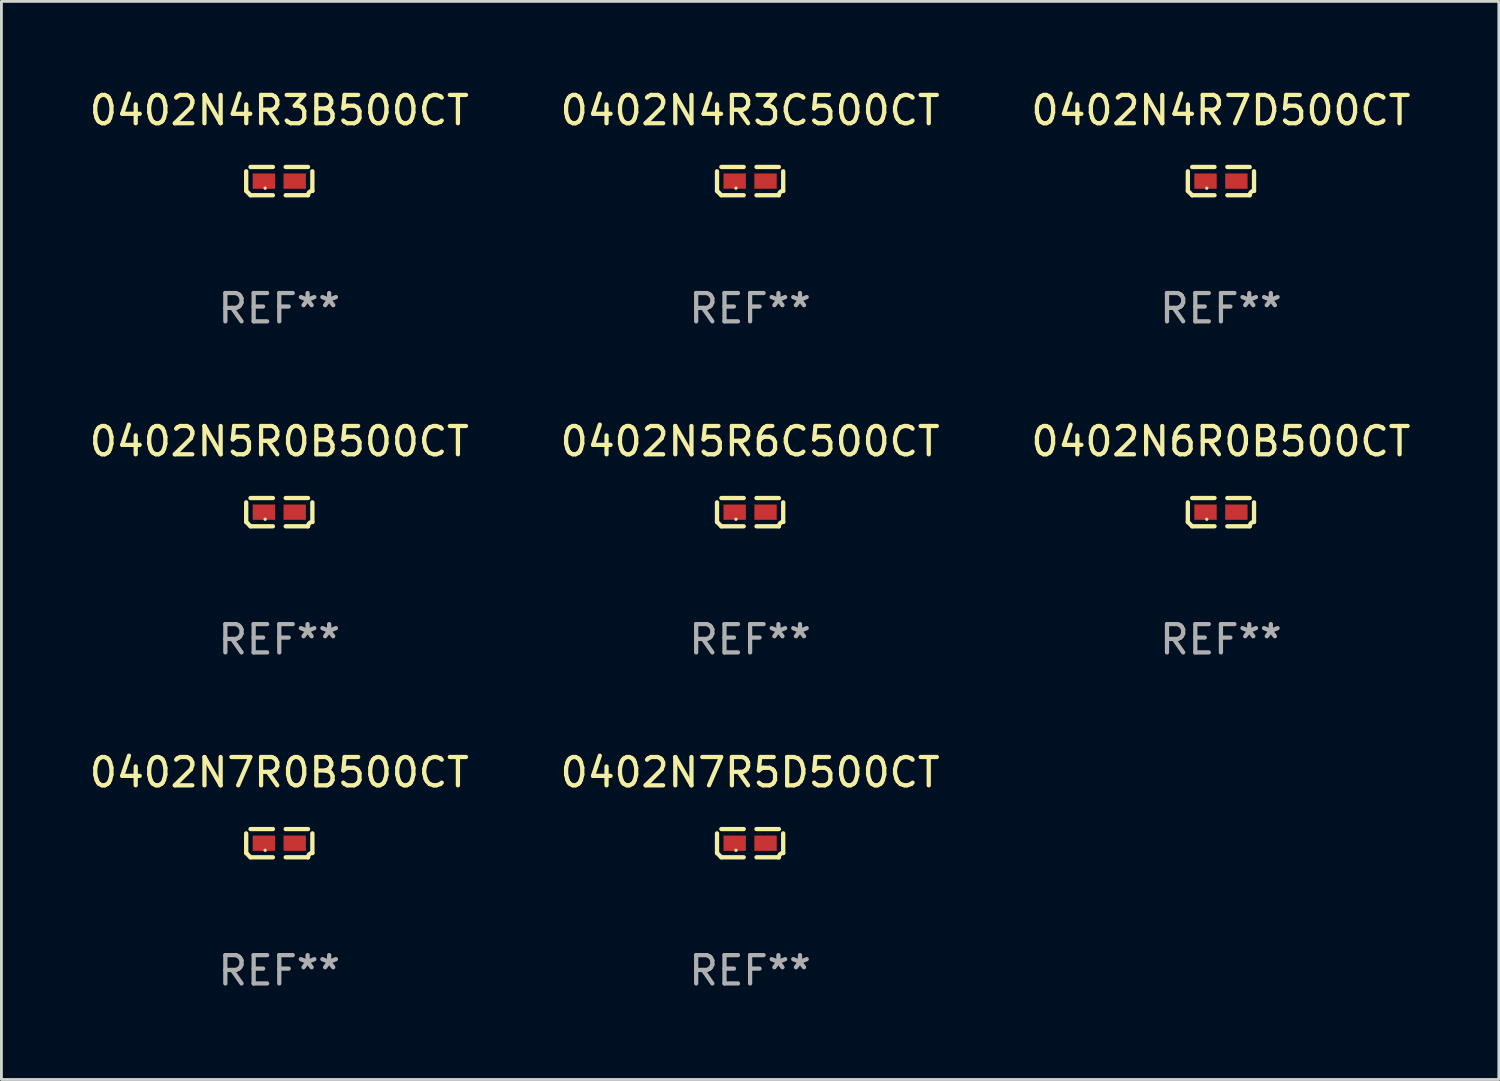
<source format=kicad_pcb>
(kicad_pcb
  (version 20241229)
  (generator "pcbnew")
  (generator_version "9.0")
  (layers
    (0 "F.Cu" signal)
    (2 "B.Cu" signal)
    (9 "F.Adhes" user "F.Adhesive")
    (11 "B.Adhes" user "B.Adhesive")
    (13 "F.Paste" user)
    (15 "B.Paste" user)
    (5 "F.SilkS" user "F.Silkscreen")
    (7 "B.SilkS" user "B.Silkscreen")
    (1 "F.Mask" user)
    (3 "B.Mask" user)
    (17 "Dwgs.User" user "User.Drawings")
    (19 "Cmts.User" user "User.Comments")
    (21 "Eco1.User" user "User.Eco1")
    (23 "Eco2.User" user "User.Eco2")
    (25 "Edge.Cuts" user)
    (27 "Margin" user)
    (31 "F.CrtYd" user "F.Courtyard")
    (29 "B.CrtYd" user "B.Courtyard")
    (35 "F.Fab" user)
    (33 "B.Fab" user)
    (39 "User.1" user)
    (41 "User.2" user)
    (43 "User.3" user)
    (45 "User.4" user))
  (footprint "0402N7R5D500CT"
    (layer "F.Cu")
    (at 23.446 26.734)
    (property "Reference" "0402N7R5D500CT" (at 0 -2.499 0) (layer "F.SilkS") (effects (font (size 1 1) (thickness 0.15))))
    (attr through_hole)
    (fp_line (start -1.169 0.346) (end -1.169 -0.346) (stroke (width 0.152) (type solid)) (layer "F.SilkS"))
    (fp_line (start -1.016 -0.499) (end -0.226 -0.499) (stroke (width 0.152) (type solid)) (layer "F.SilkS"))
    (fp_line (start -0.226 0.499) (end -1.016 0.499) (stroke (width 0.152) (type solid)) (layer "F.SilkS"))
    (fp_line (start 0.226 0.499) (end 1.016 0.499) (stroke (width 0.152) (type solid)) (layer "F.SilkS"))
    (fp_line (start 1.016 -0.499) (end 0.226 -0.499) (stroke (width 0.152) (type solid)) (layer "F.SilkS"))
    (fp_line (start 1.169 0.346) (end 1.169 -0.346) (stroke (width 0.152) (type solid)) (layer "F.SilkS"))
    (fp_arc (start -1.016307 0.498603) (mid -1.092512 0.422405) (end -1.16871 0.3462) (stroke (width 0.1524) (type solid)) (layer "F.SilkS"))
    (fp_arc (start 1.016307 0.498603) (mid 1.060899 0.390758) (end 1.168707 0.346076) (stroke (width 0.1524) (type solid)) (layer "F.SilkS"))
    (fp_circle (center -0.5 0.25) (end -0.47 0.25) (stroke (width 0.06) (type solid)) (fill no) (layer "F.SilkS"))
    (fp_text user "REF**" (at 0 4.499 0) (layer "F.Fab") (effects (font (size 1 1) (thickness 0.15))))
    (pad "1" smd rect (at -0.545 0) (size 0.79 0.54) (layers "F.Cu" "F.Mask" "F.Paste"))
    (pad "2" smd rect (at 0.545 0) (size 0.79 0.54) (layers "F.Cu" "F.Mask" "F.Paste")))
  (footprint "0402N5R0B500CT"
    (layer "F.Cu")
    (at 6.815 15.041)
    (property "Reference" "0402N5R0B500CT" (at 0 -2.499 0) (layer "F.SilkS") (effects (font (size 1 1) (thickness 0.15))))
    (attr through_hole)
    (fp_line (start -1.169 0.346) (end -1.169 -0.346) (stroke (width 0.152) (type solid)) (layer "F.SilkS"))
    (fp_line (start -1.016 -0.499) (end -0.226 -0.499) (stroke (width 0.152) (type solid)) (layer "F.SilkS"))
    (fp_line (start -0.226 0.499) (end -1.016 0.499) (stroke (width 0.152) (type solid)) (layer "F.SilkS"))
    (fp_line (start 0.226 0.499) (end 1.016 0.499) (stroke (width 0.152) (type solid)) (layer "F.SilkS"))
    (fp_line (start 1.016 -0.499) (end 0.226 -0.499) (stroke (width 0.152) (type solid)) (layer "F.SilkS"))
    (fp_line (start 1.169 0.346) (end 1.169 -0.346) (stroke (width 0.152) (type solid)) (layer "F.SilkS"))
    (fp_arc (start -1.016307 0.498603) (mid -1.092512 0.422405) (end -1.16871 0.3462) (stroke (width 0.1524) (type solid)) (layer "F.SilkS"))
    (fp_arc (start 1.016307 0.498603) (mid 1.060899 0.390758) (end 1.168707 0.346076) (stroke (width 0.1524) (type solid)) (layer "F.SilkS"))
    (fp_circle (center -0.5 0.25) (end -0.47 0.25) (stroke (width 0.06) (type solid)) (fill no) (layer "F.SilkS"))
    (fp_text user "REF**" (at 0 4.499 0) (layer "F.Fab") (effects (font (size 1 1) (thickness 0.15))))
    (pad "1" smd rect (at -0.545 0) (size 0.79 0.54) (layers "F.Cu" "F.Mask" "F.Paste"))
    (pad "2" smd rect (at 0.545 0) (size 0.79 0.54) (layers "F.Cu" "F.Mask" "F.Paste")))
  (footprint "0402N5R6C500CT"
    (layer "F.Cu")
    (at 23.446 15.041)
    (property "Reference" "0402N5R6C500CT" (at 0 -2.499 0) (layer "F.SilkS") (effects (font (size 1 1) (thickness 0.15))))
    (attr through_hole)
    (fp_line (start -1.169 0.346) (end -1.169 -0.346) (stroke (width 0.152) (type solid)) (layer "F.SilkS"))
    (fp_line (start -1.016 -0.499) (end -0.226 -0.499) (stroke (width 0.152) (type solid)) (layer "F.SilkS"))
    (fp_line (start -0.226 0.499) (end -1.016 0.499) (stroke (width 0.152) (type solid)) (layer "F.SilkS"))
    (fp_line (start 0.226 0.499) (end 1.016 0.499) (stroke (width 0.152) (type solid)) (layer "F.SilkS"))
    (fp_line (start 1.016 -0.499) (end 0.226 -0.499) (stroke (width 0.152) (type solid)) (layer "F.SilkS"))
    (fp_line (start 1.169 0.346) (end 1.169 -0.346) (stroke (width 0.152) (type solid)) (layer "F.SilkS"))
    (fp_arc (start -1.016307 0.498603) (mid -1.092512 0.422405) (end -1.16871 0.3462) (stroke (width 0.1524) (type solid)) (layer "F.SilkS"))
    (fp_arc (start 1.016307 0.498603) (mid 1.060899 0.390758) (end 1.168707 0.346076) (stroke (width 0.1524) (type solid)) (layer "F.SilkS"))
    (fp_circle (center -0.5 0.25) (end -0.47 0.25) (stroke (width 0.06) (type solid)) (fill no) (layer "F.SilkS"))
    (fp_text user "REF**" (at 0 4.499 0) (layer "F.Fab") (effects (font (size 1 1) (thickness 0.15))))
    (pad "1" smd rect (at -0.545 0) (size 0.79 0.54) (layers "F.Cu" "F.Mask" "F.Paste"))
    (pad "2" smd rect (at 0.545 0) (size 0.79 0.54) (layers "F.Cu" "F.Mask" "F.Paste")))
  (footprint "0402N4R3C500CT"
    (layer "F.Cu")
    (at 23.446 3.347)
    (property "Reference" "0402N4R3C500CT" (at 0 -2.499 0) (layer "F.SilkS") (effects (font (size 1 1) (thickness 0.15))))
    (attr through_hole)
    (fp_line (start -1.169 0.346) (end -1.169 -0.346) (stroke (width 0.152) (type solid)) (layer "F.SilkS"))
    (fp_line (start -1.016 -0.499) (end -0.226 -0.499) (stroke (width 0.152) (type solid)) (layer "F.SilkS"))
    (fp_line (start -0.226 0.499) (end -1.016 0.499) (stroke (width 0.152) (type solid)) (layer "F.SilkS"))
    (fp_line (start 0.226 0.499) (end 1.016 0.499) (stroke (width 0.152) (type solid)) (layer "F.SilkS"))
    (fp_line (start 1.016 -0.499) (end 0.226 -0.499) (stroke (width 0.152) (type solid)) (layer "F.SilkS"))
    (fp_line (start 1.169 0.346) (end 1.169 -0.346) (stroke (width 0.152) (type solid)) (layer "F.SilkS"))
    (fp_arc (start -1.016307 0.498603) (mid -1.092512 0.422405) (end -1.16871 0.3462) (stroke (width 0.1524) (type solid)) (layer "F.SilkS"))
    (fp_arc (start 1.016307 0.498603) (mid 1.060899 0.390758) (end 1.168707 0.346076) (stroke (width 0.1524) (type solid)) (layer "F.SilkS"))
    (fp_circle (center -0.5 0.25) (end -0.47 0.25) (stroke (width 0.06) (type solid)) (fill no) (layer "F.SilkS"))
    (fp_text user "REF**" (at 0 4.499 0) (layer "F.Fab") (effects (font (size 1 1) (thickness 0.15))))
    (pad "1" smd rect (at -0.545 0) (size 0.79 0.54) (layers "F.Cu" "F.Mask" "F.Paste"))
    (pad "2" smd rect (at 0.545 0) (size 0.79 0.54) (layers "F.Cu" "F.Mask" "F.Paste")))
  (footprint "0402N6R0B500CT"
    (layer "F.Cu")
    (at 40.077 15.041)
    (property "Reference" "0402N6R0B500CT" (at 0 -2.499 0) (layer "F.SilkS") (effects (font (size 1 1) (thickness 0.15))))
    (attr through_hole)
    (fp_line (start -1.169 0.346) (end -1.169 -0.346) (stroke (width 0.152) (type solid)) (layer "F.SilkS"))
    (fp_line (start -1.016 -0.499) (end -0.226 -0.499) (stroke (width 0.152) (type solid)) (layer "F.SilkS"))
    (fp_line (start -0.226 0.499) (end -1.016 0.499) (stroke (width 0.152) (type solid)) (layer "F.SilkS"))
    (fp_line (start 0.226 0.499) (end 1.016 0.499) (stroke (width 0.152) (type solid)) (layer "F.SilkS"))
    (fp_line (start 1.016 -0.499) (end 0.226 -0.499) (stroke (width 0.152) (type solid)) (layer "F.SilkS"))
    (fp_line (start 1.169 0.346) (end 1.169 -0.346) (stroke (width 0.152) (type solid)) (layer "F.SilkS"))
    (fp_arc (start -1.016307 0.498603) (mid -1.092512 0.422405) (end -1.16871 0.3462) (stroke (width 0.1524) (type solid)) (layer "F.SilkS"))
    (fp_arc (start 1.016307 0.498603) (mid 1.060899 0.390758) (end 1.168707 0.346076) (stroke (width 0.1524) (type solid)) (layer "F.SilkS"))
    (fp_circle (center -0.5 0.25) (end -0.47 0.25) (stroke (width 0.06) (type solid)) (fill no) (layer "F.SilkS"))
    (fp_text user "REF**" (at 0 4.499 0) (layer "F.Fab") (effects (font (size 1 1) (thickness 0.15))))
    (pad "1" smd rect (at -0.545 0) (size 0.79 0.54) (layers "F.Cu" "F.Mask" "F.Paste"))
    (pad "2" smd rect (at 0.545 0) (size 0.79 0.54) (layers "F.Cu" "F.Mask" "F.Paste")))
  (footprint "0402N4R3B500CT"
    (layer "F.Cu")
    (at 6.815 3.347)
    (property "Reference" "0402N4R3B500CT" (at 0 -2.499 0) (layer "F.SilkS") (effects (font (size 1 1) (thickness 0.15))))
    (attr through_hole)
    (fp_line (start -1.169 0.346) (end -1.169 -0.346) (stroke (width 0.152) (type solid)) (layer "F.SilkS"))
    (fp_line (start -1.016 -0.499) (end -0.226 -0.499) (stroke (width 0.152) (type solid)) (layer "F.SilkS"))
    (fp_line (start -0.226 0.499) (end -1.016 0.499) (stroke (width 0.152) (type solid)) (layer "F.SilkS"))
    (fp_line (start 0.226 0.499) (end 1.016 0.499) (stroke (width 0.152) (type solid)) (layer "F.SilkS"))
    (fp_line (start 1.016 -0.499) (end 0.226 -0.499) (stroke (width 0.152) (type solid)) (layer "F.SilkS"))
    (fp_line (start 1.169 0.346) (end 1.169 -0.346) (stroke (width 0.152) (type solid)) (layer "F.SilkS"))
    (fp_arc (start -1.016307 0.498603) (mid -1.092512 0.422405) (end -1.16871 0.3462) (stroke (width 0.1524) (type solid)) (layer "F.SilkS"))
    (fp_arc (start 1.016307 0.498603) (mid 1.060899 0.390758) (end 1.168707 0.346076) (stroke (width 0.1524) (type solid)) (layer "F.SilkS"))
    (fp_circle (center -0.5 0.25) (end -0.47 0.25) (stroke (width 0.06) (type solid)) (fill no) (layer "F.SilkS"))
    (fp_text user "REF**" (at 0 4.499 0) (layer "F.Fab") (effects (font (size 1 1) (thickness 0.15))))
    (pad "1" smd rect (at -0.545 0) (size 0.79 0.54) (layers "F.Cu" "F.Mask" "F.Paste"))
    (pad "2" smd rect (at 0.545 0) (size 0.79 0.54) (layers "F.Cu" "F.Mask" "F.Paste")))
  (footprint "0402N7R0B500CT"
    (layer "F.Cu")
    (at 6.815 26.734)
    (property "Reference" "0402N7R0B500CT" (at 0 -2.499 0) (layer "F.SilkS") (effects (font (size 1 1) (thickness 0.15))))
    (attr through_hole)
    (fp_line (start -1.169 0.346) (end -1.169 -0.346) (stroke (width 0.152) (type solid)) (layer "F.SilkS"))
    (fp_line (start -1.016 -0.499) (end -0.226 -0.499) (stroke (width 0.152) (type solid)) (layer "F.SilkS"))
    (fp_line (start -0.226 0.499) (end -1.016 0.499) (stroke (width 0.152) (type solid)) (layer "F.SilkS"))
    (fp_line (start 0.226 0.499) (end 1.016 0.499) (stroke (width 0.152) (type solid)) (layer "F.SilkS"))
    (fp_line (start 1.016 -0.499) (end 0.226 -0.499) (stroke (width 0.152) (type solid)) (layer "F.SilkS"))
    (fp_line (start 1.169 0.346) (end 1.169 -0.346) (stroke (width 0.152) (type solid)) (layer "F.SilkS"))
    (fp_arc (start -1.016307 0.498603) (mid -1.092512 0.422405) (end -1.16871 0.3462) (stroke (width 0.1524) (type solid)) (layer "F.SilkS"))
    (fp_arc (start 1.016307 0.498603) (mid 1.060899 0.390758) (end 1.168707 0.346076) (stroke (width 0.1524) (type solid)) (layer "F.SilkS"))
    (fp_circle (center -0.5 0.25) (end -0.47 0.25) (stroke (width 0.06) (type solid)) (fill no) (layer "F.SilkS"))
    (fp_text user "REF**" (at 0 4.499 0) (layer "F.Fab") (effects (font (size 1 1) (thickness 0.15))))
    (pad "1" smd rect (at -0.545 0) (size 0.79 0.54) (layers "F.Cu" "F.Mask" "F.Paste"))
    (pad "2" smd rect (at 0.545 0) (size 0.79 0.54) (layers "F.Cu" "F.Mask" "F.Paste")))
  (footprint "0402N4R7D500CT"
    (layer "F.Cu")
    (at 40.077 3.347)
    (property "Reference" "0402N4R7D500CT" (at 0 -2.499 0) (layer "F.SilkS") (effects (font (size 1 1) (thickness 0.15))))
    (attr through_hole)
    (fp_line (start -1.169 0.346) (end -1.169 -0.346) (stroke (width 0.152) (type solid)) (layer "F.SilkS"))
    (fp_line (start -1.016 -0.499) (end -0.226 -0.499) (stroke (width 0.152) (type solid)) (layer "F.SilkS"))
    (fp_line (start -0.226 0.499) (end -1.016 0.499) (stroke (width 0.152) (type solid)) (layer "F.SilkS"))
    (fp_line (start 0.226 0.499) (end 1.016 0.499) (stroke (width 0.152) (type solid)) (layer "F.SilkS"))
    (fp_line (start 1.016 -0.499) (end 0.226 -0.499) (stroke (width 0.152) (type solid)) (layer "F.SilkS"))
    (fp_line (start 1.169 0.346) (end 1.169 -0.346) (stroke (width 0.152) (type solid)) (layer "F.SilkS"))
    (fp_arc (start -1.016307 0.498603) (mid -1.092512 0.422405) (end -1.16871 0.3462) (stroke (width 0.1524) (type solid)) (layer "F.SilkS"))
    (fp_arc (start 1.016307 0.498603) (mid 1.060899 0.390758) (end 1.168707 0.346076) (stroke (width 0.1524) (type solid)) (layer "F.SilkS"))
    (fp_circle (center -0.5 0.25) (end -0.47 0.25) (stroke (width 0.06) (type solid)) (fill no) (layer "F.SilkS"))
    (fp_text user "REF**" (at 0 4.499 0) (layer "F.Fab") (effects (font (size 1 1) (thickness 0.15))))
    (pad "1" smd rect (at -0.545 0) (size 0.79 0.54) (layers "F.Cu" "F.Mask" "F.Paste"))
    (pad "2" smd rect (at 0.545 0) (size 0.79 0.54) (layers "F.Cu" "F.Mask" "F.Paste")))
  (gr_rect
    (start -3 -3)
    (end 49.893 35.081)
    (stroke (width 0.1) (type default))
    (fill no)
    (layer "Edge.Cuts")))
</source>
